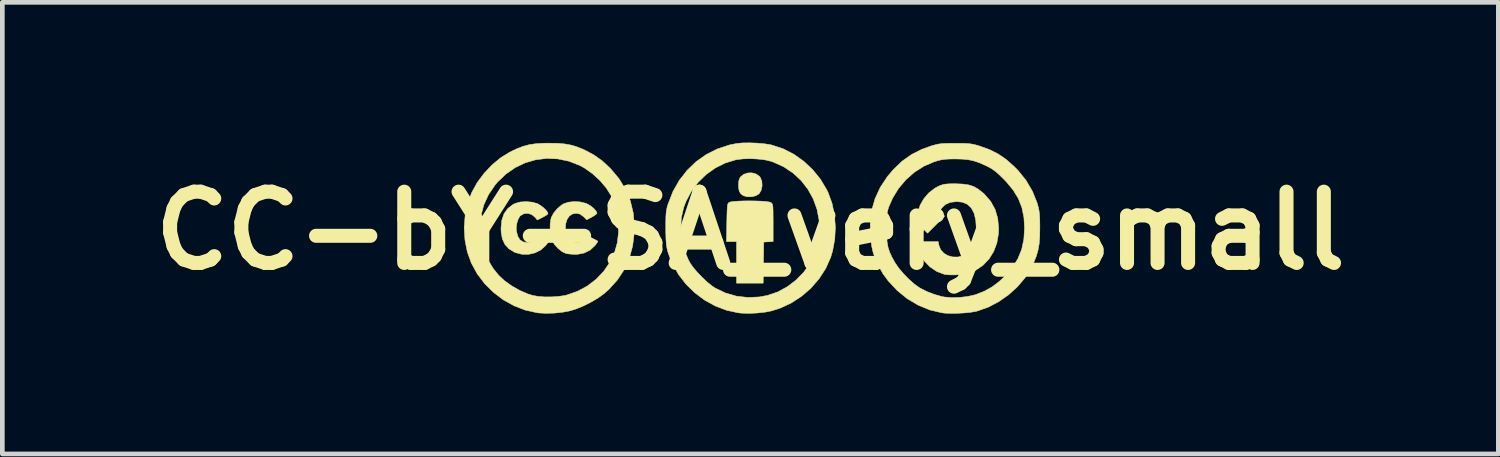
<source format=kicad_pcb>
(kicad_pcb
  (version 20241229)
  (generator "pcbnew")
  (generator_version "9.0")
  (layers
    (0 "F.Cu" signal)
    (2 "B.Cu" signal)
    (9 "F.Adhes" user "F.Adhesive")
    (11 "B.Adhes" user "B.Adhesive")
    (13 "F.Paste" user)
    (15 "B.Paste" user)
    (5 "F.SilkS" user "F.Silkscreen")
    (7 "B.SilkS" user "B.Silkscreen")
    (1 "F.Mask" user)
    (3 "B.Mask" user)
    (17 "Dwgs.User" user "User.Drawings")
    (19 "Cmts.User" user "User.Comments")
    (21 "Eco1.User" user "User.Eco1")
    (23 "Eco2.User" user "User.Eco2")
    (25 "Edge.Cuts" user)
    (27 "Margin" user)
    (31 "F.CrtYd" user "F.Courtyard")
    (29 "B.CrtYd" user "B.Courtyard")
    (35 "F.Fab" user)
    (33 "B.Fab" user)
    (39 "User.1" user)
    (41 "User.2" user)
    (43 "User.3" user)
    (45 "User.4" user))
  (footprint "CC-bY-SA_very_small"
    (layer "F.Cu")
    (at 12.998 1.884)
    (property "Reference" "CC-bY-SA_very_small" (at 0 0 0) (layer "F.SilkS") (effects (font (size 1.524 1.524) (thickness 0.3))))
    (attr through_hole)
    (fp_poly (pts (xy 0.124 -1.212) (xy 0.195 -1.162) (xy 0.214 -1.137) (xy 0.246 -1.053) (xy 0.251 -0.957) (xy 0.231 -0.865) (xy 0.188 -0.792) (xy 0.185 -0.789) (xy 0.118 -0.748) (xy 0.03 -0.726) (xy -0.063 -0.725) (xy -0.144 -0.747) (xy -0.153 -0.751) (xy -0.207 -0.792) (xy -0.239 -0.847) (xy -0.252 -0.925) (xy -0.254 -0.98) (xy -0.247 -1.068) (xy -0.224 -1.131) (xy -0.211 -1.15) (xy -0.143 -1.206) (xy -0.056 -1.235) (xy 0.037 -1.237) (xy 0.124 -1.212)) (stroke (width 0.01) (type solid)) (fill yes) (layer "F.SilkS"))
    (fp_poly (pts (xy 0.114 -0.636) (xy 0.229 -0.632) (xy 0.327 -0.625) (xy 0.4 -0.615) (xy 0.44 -0.602) (xy 0.44 -0.602) (xy 0.456 -0.589) (xy 0.468 -0.572) (xy 0.477 -0.546) (xy 0.482 -0.503) (xy 0.485 -0.438) (xy 0.486 -0.345) (xy 0.487 -0.218) (xy 0.487 -0.169) (xy 0.487 0.231) (xy 0.386 0.237) (xy 0.286 0.243) (xy 0.28 0.683) (xy 0.274 1.122) (xy -0.296 1.122) (xy -0.296 0.233) (xy -0.511 0.233) (xy -0.504 -0.171) (xy -0.501 -0.312) (xy -0.498 -0.417) (xy -0.494 -0.492) (xy -0.489 -0.542) (xy -0.481 -0.574) (xy -0.469 -0.593) (xy -0.456 -0.605) (xy -0.418 -0.617) (xy -0.345 -0.627) (xy -0.248 -0.633) (xy -0.133 -0.637) (xy -0.01 -0.638) (xy 0.114 -0.636)) (stroke (width 0.01) (type solid)) (fill yes) (layer "F.SilkS"))
    (fp_poly (pts (xy -4.67 -0.611) (xy -4.56 -0.581) (xy -4.544 -0.574) (xy -4.481 -0.535) (xy -4.419 -0.487) (xy -4.368 -0.436) (xy -4.335 -0.39) (xy -4.329 -0.359) (xy -4.33 -0.358) (xy -4.354 -0.338) (xy -4.405 -0.307) (xy -4.449 -0.283) (xy -4.557 -0.229) (xy -4.601 -0.283) (xy -4.674 -0.344) (xy -4.758 -0.371) (xy -4.842 -0.364) (xy -4.916 -0.322) (xy -4.928 -0.311) (xy -4.965 -0.249) (xy -4.993 -0.163) (xy -5.007 -0.07) (xy -5.004 0.004) (xy -4.975 0.117) (xy -4.93 0.193) (xy -4.865 0.238) (xy -4.776 0.254) (xy -4.76 0.254) (xy -4.697 0.248) (xy -4.648 0.223) (xy -4.603 0.181) (xy -4.534 0.108) (xy -4.426 0.165) (xy -4.368 0.198) (xy -4.329 0.223) (xy -4.318 0.233) (xy -4.33 0.255) (xy -4.361 0.297) (xy -4.381 0.321) (xy -4.483 0.412) (xy -4.607 0.474) (xy -4.745 0.506) (xy -4.887 0.504) (xy -5.025 0.468) (xy -5.048 0.458) (xy -5.165 0.386) (xy -5.25 0.293) (xy -5.304 0.176) (xy -5.33 0.031) (xy -5.333 -0.053) (xy -5.317 -0.22) (xy -5.269 -0.361) (xy -5.189 -0.474) (xy -5.078 -0.56) (xy -5.027 -0.585) (xy -4.921 -0.614) (xy -4.796 -0.622) (xy -4.67 -0.611)) (stroke (width 0.01) (type solid)) (fill yes) (layer "F.SilkS"))
    (fp_poly (pts (xy -3.642 -0.616) (xy -3.526 -0.588) (xy -3.487 -0.572) (xy -3.415 -0.53) (xy -3.35 -0.477) (xy -3.302 -0.424) (xy -3.281 -0.379) (xy -3.281 -0.374) (xy -3.298 -0.352) (xy -3.343 -0.319) (xy -3.391 -0.291) (xy -3.501 -0.233) (xy -3.56 -0.294) (xy -3.64 -0.354) (xy -3.724 -0.373) (xy -3.804 -0.358) (xy -3.871 -0.315) (xy -3.92 -0.242) (xy -3.949 -0.149) (xy -3.956 -0.043) (xy -3.938 0.064) (xy -3.917 0.12) (xy -3.873 0.195) (xy -3.816 0.237) (xy -3.737 0.253) (xy -3.703 0.254) (xy -3.638 0.248) (xy -3.588 0.222) (xy -3.547 0.183) (xy -3.48 0.112) (xy -3.375 0.164) (xy -3.316 0.194) (xy -3.275 0.216) (xy -3.262 0.224) (xy -3.27 0.243) (xy -3.297 0.284) (xy -3.321 0.315) (xy -3.424 0.412) (xy -3.551 0.476) (xy -3.695 0.505) (xy -3.745 0.506) (xy -3.829 0.502) (xy -3.906 0.494) (xy -3.95 0.485) (xy -4.029 0.446) (xy -4.112 0.38) (xy -4.186 0.299) (xy -4.239 0.214) (xy -4.247 0.197) (xy -4.272 0.098) (xy -4.283 -0.022) (xy -4.282 -0.144) (xy -4.266 -0.252) (xy -4.257 -0.283) (xy -4.207 -0.378) (xy -4.13 -0.471) (xy -4.039 -0.548) (xy -3.991 -0.577) (xy -3.891 -0.61) (xy -3.769 -0.623) (xy -3.642 -0.616)) (stroke (width 0.01) (type solid)) (fill yes) (layer "F.SilkS"))
    (fp_poly (pts (xy 4.381 -1.004) (xy 4.539 -0.998) (xy 4.666 -0.98) (xy 4.774 -0.946) (xy 4.872 -0.89) (xy 4.973 -0.81) (xy 5.007 -0.779) (xy 5.139 -0.628) (xy 5.233 -0.457) (xy 5.29 -0.266) (xy 5.31 -0.054) (xy 5.306 0.064) (xy 5.272 0.263) (xy 5.203 0.446) (xy 5.102 0.607) (xy 4.972 0.742) (xy 4.817 0.847) (xy 4.72 0.892) (xy 4.627 0.917) (xy 4.508 0.936) (xy 4.381 0.945) (xy 4.259 0.945) (xy 4.16 0.935) (xy 4.143 0.931) (xy 3.984 0.87) (xy 3.841 0.774) (xy 3.721 0.65) (xy 3.63 0.504) (xy 3.572 0.343) (xy 3.566 0.312) (xy 3.551 0.233) (xy 4.017 0.233) (xy 4.03 0.305) (xy 4.068 0.403) (xy 4.135 0.48) (xy 4.224 0.533) (xy 4.327 0.561) (xy 4.436 0.563) (xy 4.544 0.536) (xy 4.642 0.479) (xy 4.681 0.444) (xy 4.757 0.339) (xy 4.806 0.21) (xy 4.83 0.052) (xy 4.832 -0.042) (xy 4.82 -0.225) (xy 4.785 -0.372) (xy 4.726 -0.485) (xy 4.643 -0.564) (xy 4.535 -0.61) (xy 4.411 -0.623) (xy 4.274 -0.606) (xy 4.167 -0.559) (xy 4.087 -0.48) (xy 4.034 -0.37) (xy 4.033 -0.365) (xy 4.028 -0.333) (xy 4.047 -0.32) (xy 4.089 -0.318) (xy 4.159 -0.318) (xy 3.789 0.053) (xy 3.604 -0.132) (xy 3.419 -0.318) (xy 3.495 -0.318) (xy 3.546 -0.321) (xy 3.571 -0.34) (xy 3.583 -0.386) (xy 3.585 -0.397) (xy 3.629 -0.543) (xy 3.708 -0.682) (xy 3.815 -0.807) (xy 3.942 -0.907) (xy 4.017 -0.948) (xy 4.075 -0.973) (xy 4.128 -0.989) (xy 4.187 -0.998) (xy 4.264 -1.003) (xy 4.372 -1.004) (xy 4.381 -1.004)) (stroke (width 0.01) (type solid)) (fill yes) (layer "F.SilkS"))
    (fp_poly (pts (xy -4.129 -1.869) (xy -3.981 -1.857) (xy -3.852 -1.835) (xy -3.729 -1.801) (xy -3.602 -1.751) (xy -3.543 -1.725) (xy -3.345 -1.62) (xy -3.167 -1.493) (xy -2.995 -1.333) (xy -2.993 -1.331) (xy -2.811 -1.115) (xy -2.669 -0.883) (xy -2.567 -0.637) (xy -2.504 -0.375) (xy -2.481 -0.098) (xy -2.483 0.042) (xy -2.518 0.325) (xy -2.589 0.589) (xy -2.698 0.832) (xy -2.844 1.054) (xy -3.027 1.256) (xy -3.128 1.345) (xy -3.254 1.437) (xy -3.407 1.527) (xy -3.572 1.61) (xy -3.735 1.676) (xy -3.855 1.713) (xy -4.012 1.743) (xy -4.189 1.762) (xy -4.366 1.767) (xy -4.527 1.759) (xy -4.558 1.755) (xy -4.81 1.7) (xy -5.054 1.606) (xy -5.284 1.478) (xy -5.495 1.318) (xy -5.683 1.132) (xy -5.842 0.922) (xy -5.968 0.692) (xy -5.968 0.692) (xy -6.054 0.453) (xy -6.104 0.198) (xy -6.12 -0.065) (xy -6.118 -0.089) (xy -5.786 -0.089) (xy -5.771 0.145) (xy -5.719 0.375) (xy -5.628 0.598) (xy -5.499 0.81) (xy -5.384 0.953) (xy -5.26 1.069) (xy -5.106 1.179) (xy -4.935 1.276) (xy -4.76 1.352) (xy -4.657 1.384) (xy -4.539 1.405) (xy -4.395 1.416) (xy -4.24 1.415) (xy -4.088 1.404) (xy -3.955 1.383) (xy -3.932 1.377) (xy -3.701 1.298) (xy -3.489 1.184) (xy -3.299 1.039) (xy -3.136 0.868) (xy -3.003 0.673) (xy -2.903 0.46) (xy -2.845 0.255) (xy -2.819 0.027) (xy -2.826 -0.209) (xy -2.866 -0.441) (xy -2.936 -0.658) (xy -2.975 -0.744) (xy -3.079 -0.91) (xy -3.215 -1.071) (xy -3.374 -1.217) (xy -3.545 -1.339) (xy -3.651 -1.397) (xy -3.883 -1.487) (xy -4.12 -1.536) (xy -4.357 -1.546) (xy -4.591 -1.517) (xy -4.818 -1.451) (xy -5.032 -1.348) (xy -5.231 -1.21) (xy -5.41 -1.038) (xy -5.461 -0.976) (xy -5.601 -0.77) (xy -5.701 -0.55) (xy -5.763 -0.322) (xy -5.786 -0.089) (xy -6.118 -0.089) (xy -6.1 -0.328) (xy -6.046 -0.584) (xy -5.959 -0.818) (xy -5.843 -1.028) (xy -5.695 -1.227) (xy -5.524 -1.408) (xy -5.337 -1.563) (xy -5.149 -1.679) (xy -4.997 -1.752) (xy -4.859 -1.805) (xy -4.724 -1.841) (xy -4.578 -1.862) (xy -4.41 -1.871) (xy -4.307 -1.872) (xy -4.129 -1.869)) (stroke (width 0.01) (type solid)) (fill yes) (layer "F.SilkS"))
    (fp_poly (pts (xy 0.144 -1.873) (xy 0.3 -1.859) (xy 0.434 -1.838) (xy 0.462 -1.831) (xy 0.702 -1.752) (xy 0.93 -1.635) (xy 1.143 -1.484) (xy 1.334 -1.304) (xy 1.5 -1.099) (xy 1.635 -0.873) (xy 1.662 -0.817) (xy 1.746 -0.587) (xy 1.798 -0.337) (xy 1.818 -0.078) (xy 1.805 0.182) (xy 1.759 0.433) (xy 1.718 0.57) (xy 1.612 0.807) (xy 1.47 1.027) (xy 1.297 1.227) (xy 1.097 1.401) (xy 0.875 1.546) (xy 0.635 1.657) (xy 0.452 1.715) (xy 0.314 1.742) (xy 0.151 1.76) (xy -0.018 1.768) (xy -0.174 1.764) (xy -0.254 1.757) (xy -0.506 1.703) (xy -0.749 1.611) (xy -0.98 1.484) (xy -1.191 1.325) (xy -1.38 1.14) (xy -1.54 0.931) (xy -1.667 0.701) (xy -1.671 0.692) (xy -1.72 0.579) (xy -1.756 0.482) (xy -1.781 0.39) (xy -1.797 0.293) (xy -1.805 0.18) (xy -1.809 0.041) (xy -1.81 -0.047) (xy -1.489 -0.047) (xy -1.468 0.187) (xy -1.413 0.414) (xy -1.324 0.627) (xy -1.287 0.694) (xy -1.224 0.784) (xy -1.136 0.888) (xy -1.033 0.995) (xy -0.927 1.095) (xy -0.825 1.178) (xy -0.756 1.225) (xy -0.533 1.332) (xy -0.297 1.4) (xy -0.052 1.428) (xy 0.196 1.416) (xy 0.37 1.383) (xy 0.587 1.309) (xy 0.79 1.198) (xy 0.976 1.057) (xy 1.139 0.89) (xy 1.275 0.701) (xy 1.379 0.497) (xy 1.446 0.282) (xy 1.448 0.271) (xy 1.479 0.021) (xy 1.47 -0.223) (xy 1.425 -0.458) (xy 1.344 -0.681) (xy 1.23 -0.887) (xy 1.086 -1.072) (xy 0.913 -1.233) (xy 0.714 -1.366) (xy 0.49 -1.468) (xy 0.436 -1.486) (xy 0.311 -1.515) (xy 0.16 -1.533) (xy -0.002 -1.541) (xy -0.159 -1.536) (xy -0.296 -1.52) (xy -0.314 -1.516) (xy -0.539 -1.447) (xy -0.751 -1.341) (xy -0.946 -1.202) (xy -1.118 -1.034) (xy -1.263 -0.841) (xy -1.376 -0.628) (xy -1.426 -0.497) (xy -1.476 -0.278) (xy -1.489 -0.047) (xy -1.81 -0.047) (xy -1.81 -0.053) (xy -1.809 -0.191) (xy -1.807 -0.296) (xy -1.802 -0.377) (xy -1.793 -0.442) (xy -1.78 -0.503) (xy -1.762 -0.566) (xy -1.76 -0.57) (xy -1.657 -0.835) (xy -1.521 -1.075) (xy -1.355 -1.289) (xy -1.163 -1.474) (xy -0.946 -1.628) (xy -0.708 -1.748) (xy -0.452 -1.833) (xy -0.295 -1.865) (xy -0.169 -1.877) (xy -0.017 -1.879) (xy 0.144 -1.873)) (stroke (width 0.01) (type solid)) (fill yes) (layer "F.SilkS"))
    (fp_poly (pts (xy 4.513 -1.869) (xy 4.613 -1.866) (xy 4.691 -1.86) (xy 4.759 -1.849) (xy 4.828 -1.833) (xy 4.896 -1.813) (xy 5.108 -1.737) (xy 5.295 -1.644) (xy 5.467 -1.527) (xy 5.636 -1.378) (xy 5.729 -1.284) (xy 5.898 -1.073) (xy 6.034 -0.84) (xy 6.133 -0.593) (xy 6.142 -0.561) (xy 6.162 -0.488) (xy 6.175 -0.42) (xy 6.184 -0.345) (xy 6.189 -0.254) (xy 6.191 -0.137) (xy 6.191 -0.053) (xy 6.188 0.131) (xy 6.176 0.284) (xy 6.152 0.418) (xy 6.115 0.546) (xy 6.062 0.677) (xy 5.997 0.81) (xy 5.87 1.013) (xy 5.708 1.203) (xy 5.519 1.373) (xy 5.309 1.519) (xy 5.086 1.636) (xy 4.856 1.717) (xy 4.821 1.726) (xy 4.715 1.744) (xy 4.582 1.758) (xy 4.437 1.766) (xy 4.294 1.768) (xy 4.168 1.764) (xy 4.097 1.756) (xy 3.836 1.694) (xy 3.588 1.592) (xy 3.355 1.454) (xy 3.141 1.28) (xy 2.948 1.073) (xy 2.839 0.925) (xy 2.733 0.74) (xy 2.644 0.523) (xy 2.621 0.45) (xy 2.595 0.332) (xy 2.576 0.185) (xy 2.566 0.023) (xy 2.565 -0.053) (xy 2.912 -0.053) (xy 2.914 0.109) (xy 2.924 0.241) (xy 2.944 0.353) (xy 2.978 0.458) (xy 3.027 0.565) (xy 3.096 0.688) (xy 3.096 0.688) (xy 3.173 0.8) (xy 3.274 0.919) (xy 3.388 1.036) (xy 3.505 1.14) (xy 3.614 1.218) (xy 3.626 1.225) (xy 3.77 1.299) (xy 3.93 1.361) (xy 4.086 1.406) (xy 4.148 1.418) (xy 4.301 1.431) (xy 4.472 1.427) (xy 4.644 1.407) (xy 4.796 1.373) (xy 4.81 1.369) (xy 5 1.296) (xy 5.168 1.203) (xy 5.327 1.082) (xy 5.441 0.976) (xy 5.6 0.793) (xy 5.719 0.604) (xy 5.802 0.402) (xy 5.849 0.182) (xy 5.863 -0.053) (xy 5.85 -0.285) (xy 5.807 -0.494) (xy 5.732 -0.686) (xy 5.622 -0.867) (xy 5.474 -1.046) (xy 5.419 -1.103) (xy 5.325 -1.195) (xy 5.249 -1.262) (xy 5.179 -1.314) (xy 5.107 -1.357) (xy 5.036 -1.392) (xy 4.903 -1.451) (xy 4.783 -1.492) (xy 4.664 -1.518) (xy 4.532 -1.531) (xy 4.371 -1.535) (xy 4.371 -1.535) (xy 4.253 -1.533) (xy 4.164 -1.528) (xy 4.088 -1.517) (xy 4.011 -1.499) (xy 3.928 -1.473) (xy 3.711 -1.38) (xy 3.509 -1.251) (xy 3.327 -1.091) (xy 3.17 -0.905) (xy 3.042 -0.697) (xy 2.96 -0.508) (xy 2.941 -0.447) (xy 2.927 -0.388) (xy 2.919 -0.321) (xy 2.914 -0.236) (xy 2.912 -0.124) (xy 2.912 -0.053) (xy 2.565 -0.053) (xy 2.565 -0.14) (xy 2.572 -0.292) (xy 2.59 -0.418) (xy 2.591 -0.422) (xy 2.666 -0.684) (xy 2.778 -0.927) (xy 2.928 -1.154) (xy 3.057 -1.307) (xy 3.245 -1.487) (xy 3.447 -1.63) (xy 3.669 -1.742) (xy 3.867 -1.813) (xy 3.945 -1.835) (xy 4.012 -1.851) (xy 4.081 -1.861) (xy 4.162 -1.866) (xy 4.265 -1.869) (xy 4.381 -1.869) (xy 4.513 -1.869)) (stroke (width 0.01) (type solid)) (fill yes) (layer "F.SilkS")))
  (gr_rect
    (start -3 -3)
    (end 28.995 6.658)
    (stroke (width 0.1) (type default))
    (fill no)
    (layer "Edge.Cuts")))
</source>
